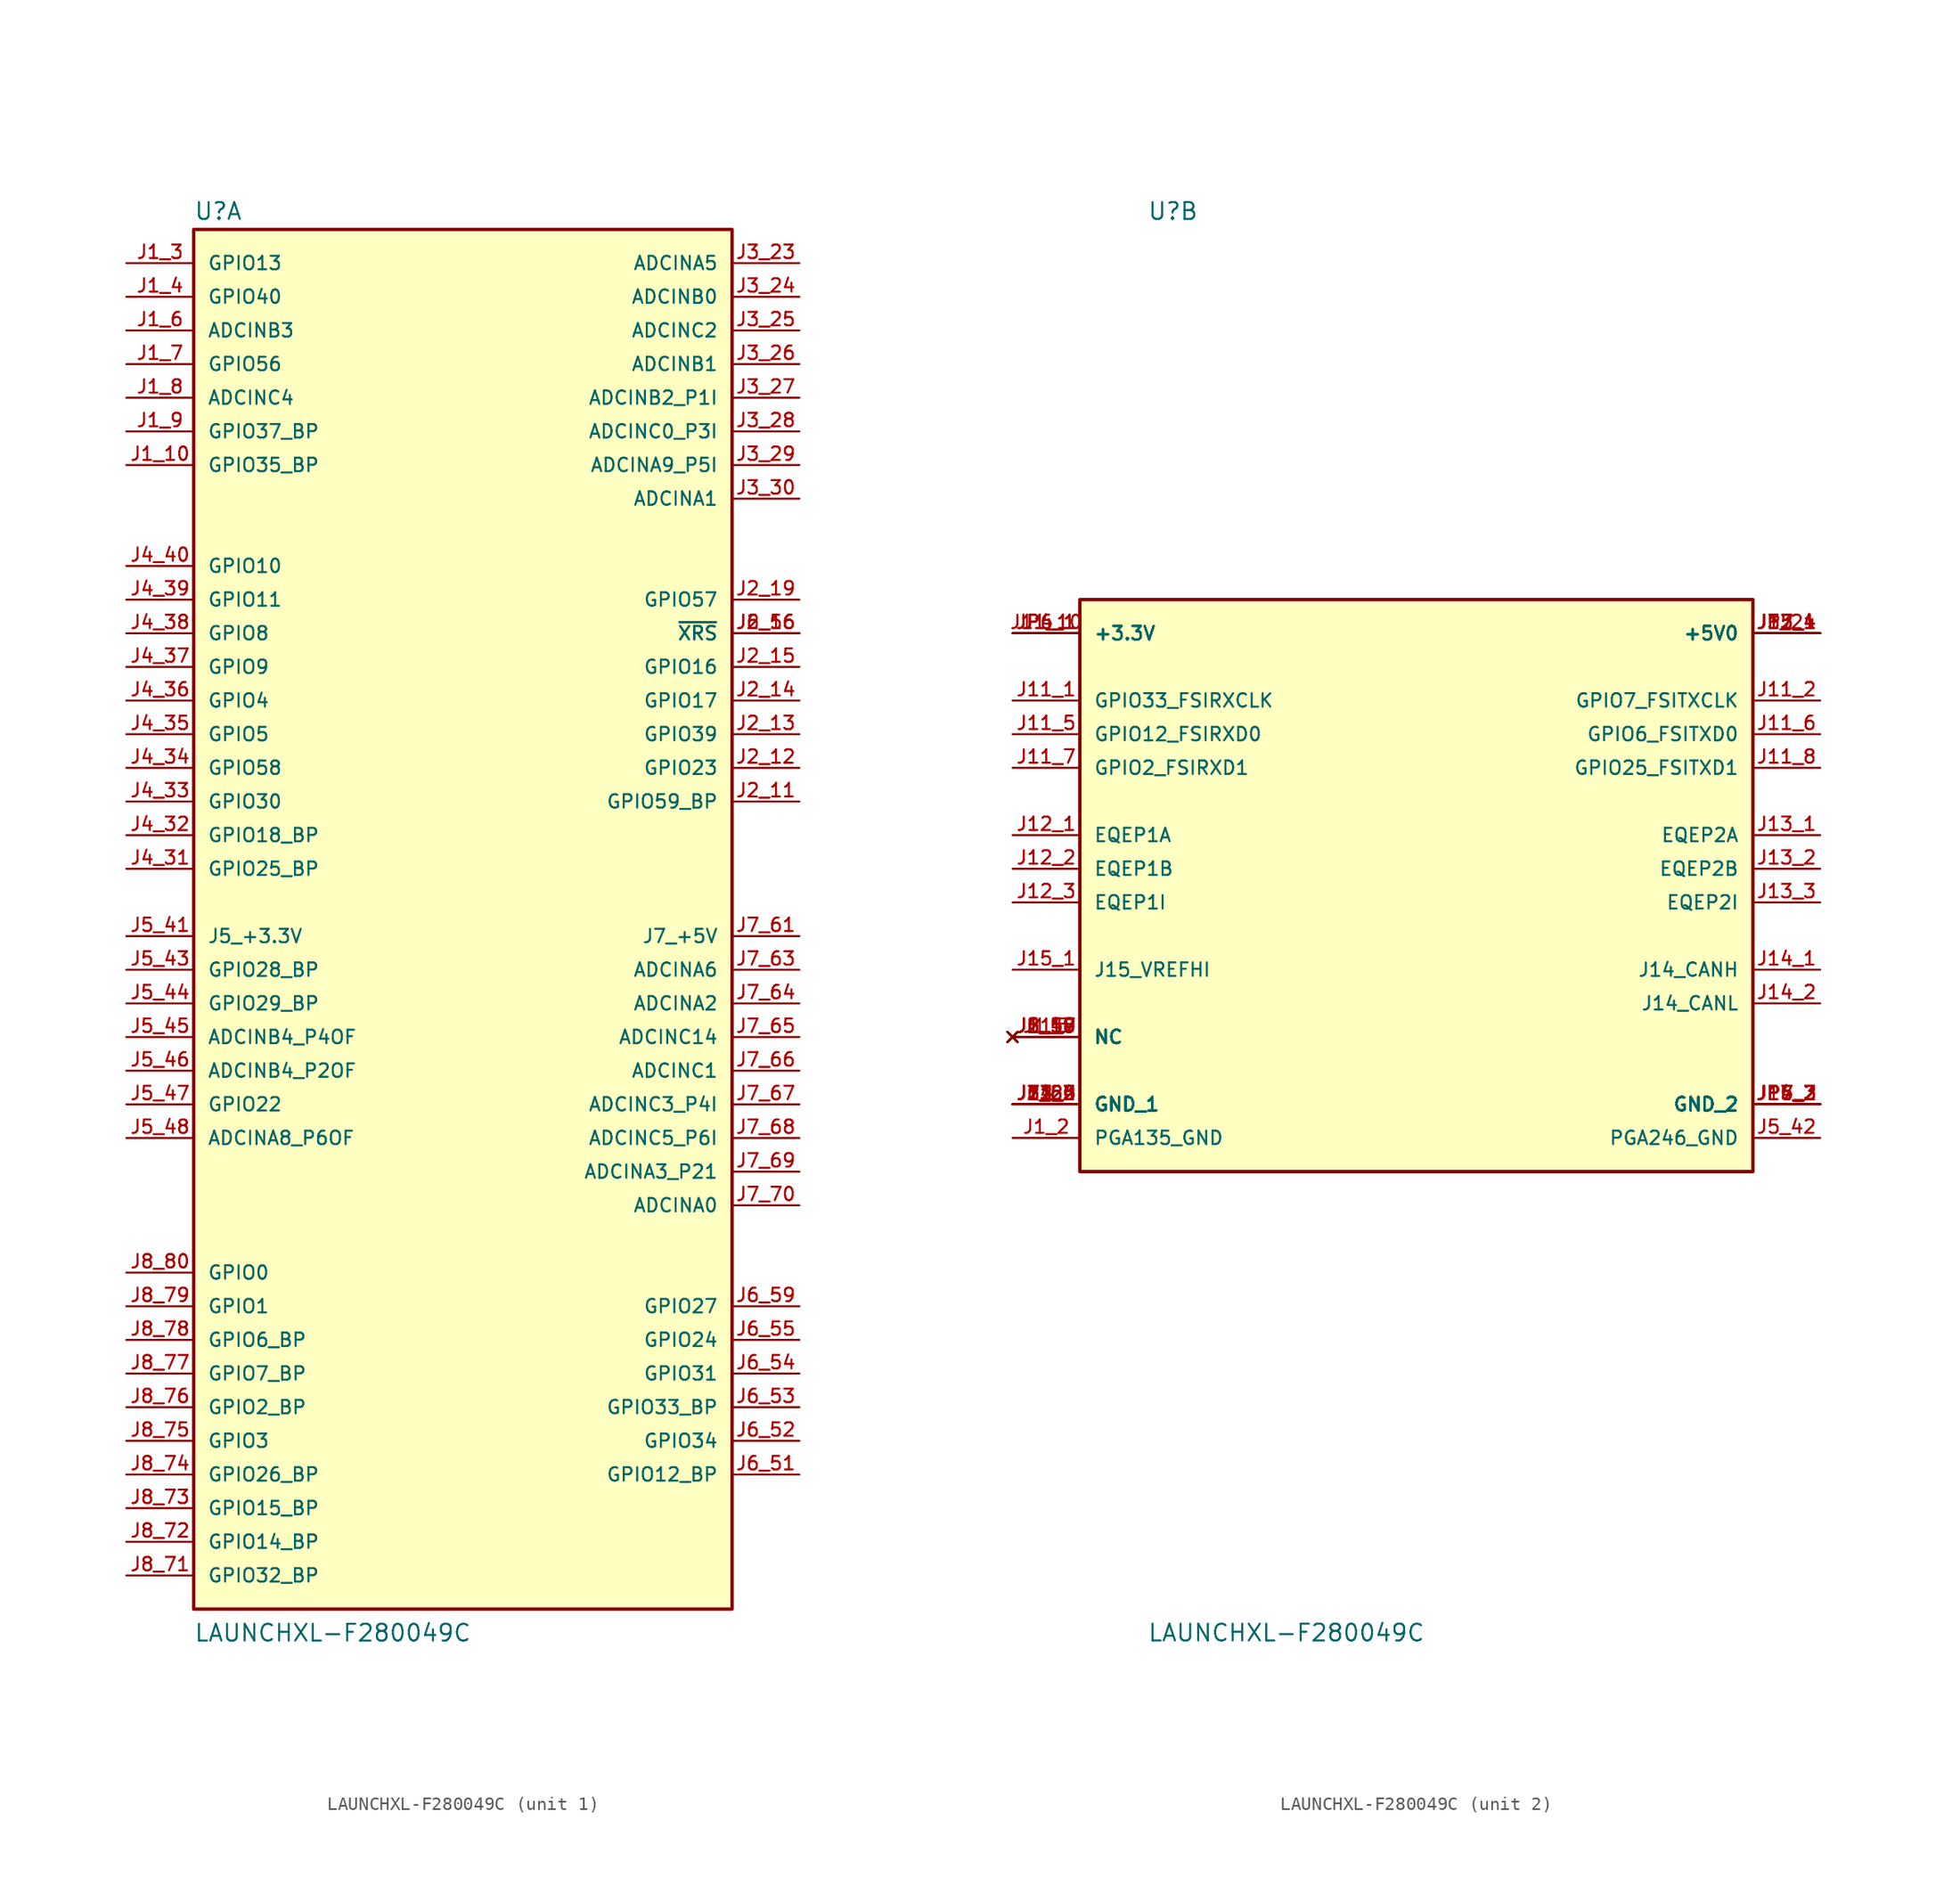
<source format=kicad_sym>
(kicad_symbol_lib
  (version 20211014)
  (generator kicad_symbol_editor)
  (symbol "LAUNCHXL-F280049C"
    (pin_names
      (offset 1.016))
    (property "Reference" "U"
      (at -20.32 51.435 0)
      (effects (font (size 1.27 1.27)) (justify bottom left)))
    (property "Value" "LAUNCHXL-F280049C"
      (at -20.32 -55.88 0)
      (effects (font (size 1.27 1.27)) (justify bottom left)))
    (symbol "LAUNCHXL-F280049C_1_0"
      (rectangle (start -20.32 -53.34) (end 20.32 50.8) (stroke (width 0.254)) (fill (type background)))
      (pin bidirectional line (at -25.4 48.26 0) (length 5.08) (name "GPIO13" (effects (font (size 1.016 1.016)))) (number "J1_3" (effects (font (size 1.016 1.016)))))
      (pin bidirectional line (at -25.4 45.72 0) (length 5.08) (name "GPIO40" (effects (font (size 1.016 1.016)))) (number "J1_4" (effects (font (size 1.016 1.016)))))
      (pin input line (at -25.4 43.18 0) (length 5.08) (name "ADCINB3" (effects (font (size 1.016 1.016)))) (number "J1_6" (effects (font (size 1.016 1.016)))))
      (pin bidirectional line (at -25.4 40.64 0) (length 5.08) (name "GPIO56" (effects (font (size 1.016 1.016)))) (number "J1_7" (effects (font (size 1.016 1.016)))))
      (pin input line (at -25.4 38.1 0) (length 5.08) (name "ADCINC4" (effects (font (size 1.016 1.016)))) (number "J1_8" (effects (font (size 1.016 1.016)))))
      (pin bidirectional line (at -25.4 35.56 0) (length 5.08) (name "GPIO37_BP" (effects (font (size 1.016 1.016)))) (number "J1_9" (effects (font (size 1.016 1.016)))))
      (pin bidirectional line (at -25.4 33.02 0) (length 5.08) (name "GPIO35_BP" (effects (font (size 1.016 1.016)))) (number "J1_10" (effects (font (size 1.016 1.016)))))
      (pin input line (at 25.4 48.26 180.0) (length 5.08) (name "ADCINA5" (effects (font (size 1.016 1.016)))) (number "J3_23" (effects (font (size 1.016 1.016)))))
      (pin input line (at 25.4 45.72 180.0) (length 5.08) (name "ADCINB0" (effects (font (size 1.016 1.016)))) (number "J3_24" (effects (font (size 1.016 1.016)))))
      (pin input line (at 25.4 43.18 180.0) (length 5.08) (name "ADCINC2" (effects (font (size 1.016 1.016)))) (number "J3_25" (effects (font (size 1.016 1.016)))))
      (pin input line (at 25.4 40.64 180.0) (length 5.08) (name "ADCINB1" (effects (font (size 1.016 1.016)))) (number "J3_26" (effects (font (size 1.016 1.016)))))
      (pin input line (at 25.4 38.1 180.0) (length 5.08) (name "ADCINB2_P1I" (effects (font (size 1.016 1.016)))) (number "J3_27" (effects (font (size 1.016 1.016)))))
      (pin input line (at 25.4 35.56 180.0) (length 5.08) (name "ADCINC0_P3I" (effects (font (size 1.016 1.016)))) (number "J3_28" (effects (font (size 1.016 1.016)))))
      (pin input line (at 25.4 33.02 180.0) (length 5.08) (name "ADCINA9_P5I" (effects (font (size 1.016 1.016)))) (number "J3_29" (effects (font (size 1.016 1.016)))))
      (pin input line (at 25.4 30.48 180.0) (length 5.08) (name "ADCINA1" (effects (font (size 1.016 1.016)))) (number "J3_30" (effects (font (size 1.016 1.016)))))
      (pin bidirectional line (at -25.4 25.4 0) (length 5.08) (name "GPIO10" (effects (font (size 1.016 1.016)))) (number "J4_40" (effects (font (size 1.016 1.016)))))
      (pin bidirectional line (at -25.4 22.86 0) (length 5.08) (name "GPIO11" (effects (font (size 1.016 1.016)))) (number "J4_39" (effects (font (size 1.016 1.016)))))
      (pin bidirectional line (at -25.4 20.32 0) (length 5.08) (name "GPIO8" (effects (font (size 1.016 1.016)))) (number "J4_38" (effects (font (size 1.016 1.016)))))
      (pin bidirectional line (at -25.4 17.78 0) (length 5.08) (name "GPIO9" (effects (font (size 1.016 1.016)))) (number "J4_37" (effects (font (size 1.016 1.016)))))
      (pin bidirectional line (at -25.4 15.24 0) (length 5.08) (name "GPIO4" (effects (font (size 1.016 1.016)))) (number "J4_36" (effects (font (size 1.016 1.016)))))
      (pin bidirectional line (at -25.4 12.7 0) (length 5.08) (name "GPIO5" (effects (font (size 1.016 1.016)))) (number "J4_35" (effects (font (size 1.016 1.016)))))
      (pin bidirectional line (at -25.4 10.16 0) (length 5.08) (name "GPIO58" (effects (font (size 1.016 1.016)))) (number "J4_34" (effects (font (size 1.016 1.016)))))
      (pin bidirectional line (at -25.4 7.62 0) (length 5.08) (name "GPIO30" (effects (font (size 1.016 1.016)))) (number "J4_33" (effects (font (size 1.016 1.016)))))
      (pin bidirectional line (at -25.4 5.08 0) (length 5.08) (name "GPIO18_BP" (effects (font (size 1.016 1.016)))) (number "J4_32" (effects (font (size 1.016 1.016)))))
      (pin bidirectional line (at -25.4 2.54 0) (length 5.08) (name "GPIO25_BP" (effects (font (size 1.016 1.016)))) (number "J4_31" (effects (font (size 1.016 1.016)))))
      (pin bidirectional line (at 25.4 22.86 180.0) (length 5.08) (name "GPIO57" (effects (font (size 1.016 1.016)))) (number "J2_19" (effects (font (size 1.016 1.016)))))
      (pin passive line (at 25.4 20.32 180.0) (length 5.08) (name "~{XRS}" (effects (font (size 1.016 1.016)))) (number "J2_16" (effects (font (size 1.016 1.016)))))
      (pin passive line (at 25.4 20.32 180.0) (length 5.08) (name "~{XRS}" (effects (font (size 1.016 1.016)))) (number "J6_56" (effects (font (size 1.016 1.016)))))
      (pin bidirectional line (at 25.4 17.78 180.0) (length 5.08) (name "GPIO16" (effects (font (size 1.016 1.016)))) (number "J2_15" (effects (font (size 1.016 1.016)))))
      (pin bidirectional line (at 25.4 15.24 180.0) (length 5.08) (name "GPIO17" (effects (font (size 1.016 1.016)))) (number "J2_14" (effects (font (size 1.016 1.016)))))
      (pin bidirectional line (at 25.4 12.7 180.0) (length 5.08) (name "GPIO39" (effects (font (size 1.016 1.016)))) (number "J2_13" (effects (font (size 1.016 1.016)))))
      (pin bidirectional line (at 25.4 10.16 180.0) (length 5.08) (name "GPIO23" (effects (font (size 1.016 1.016)))) (number "J2_12" (effects (font (size 1.016 1.016)))))
      (pin bidirectional line (at 25.4 7.62 180.0) (length 5.08) (name "GPIO59_BP" (effects (font (size 1.016 1.016)))) (number "J2_11" (effects (font (size 1.016 1.016)))))
      (pin bidirectional line (at -25.4 -5.08 0) (length 5.08) (name "GPIO28_BP" (effects (font (size 1.016 1.016)))) (number "J5_43" (effects (font (size 1.016 1.016)))))
      (pin bidirectional line (at -25.4 -7.62 0) (length 5.08) (name "GPIO29_BP" (effects (font (size 1.016 1.016)))) (number "J5_44" (effects (font (size 1.016 1.016)))))
      (pin input line (at -25.4 -10.16 0) (length 5.08) (name "ADCINB4_P4OF" (effects (font (size 1.016 1.016)))) (number "J5_45" (effects (font (size 1.016 1.016)))))
      (pin input line (at -25.4 -12.7 0) (length 5.08) (name "ADCINB4_P2OF" (effects (font (size 1.016 1.016)))) (number "J5_46" (effects (font (size 1.016 1.016)))))
      (pin bidirectional line (at -25.4 -15.24 0) (length 5.08) (name "GPIO22" (effects (font (size 1.016 1.016)))) (number "J5_47" (effects (font (size 1.016 1.016)))))
      (pin input line (at -25.4 -17.78 0) (length 5.08) (name "ADCINA8_P6OF" (effects (font (size 1.016 1.016)))) (number "J5_48" (effects (font (size 1.016 1.016)))))
      (pin input line (at 25.4 -5.08 180.0) (length 5.08) (name "ADCINA6" (effects (font (size 1.016 1.016)))) (number "J7_63" (effects (font (size 1.016 1.016)))))
      (pin input line (at 25.4 -7.62 180.0) (length 5.08) (name "ADCINA2" (effects (font (size 1.016 1.016)))) (number "J7_64" (effects (font (size 1.016 1.016)))))
      (pin input line (at 25.4 -10.16 180.0) (length 5.08) (name "ADCINC14" (effects (font (size 1.016 1.016)))) (number "J7_65" (effects (font (size 1.016 1.016)))))
      (pin input line (at 25.4 -12.7 180.0) (length 5.08) (name "ADCINC1" (effects (font (size 1.016 1.016)))) (number "J7_66" (effects (font (size 1.016 1.016)))))
      (pin input line (at 25.4 -15.24 180.0) (length 5.08) (name "ADCINC3_P4I" (effects (font (size 1.016 1.016)))) (number "J7_67" (effects (font (size 1.016 1.016)))))
      (pin input line (at 25.4 -17.78 180.0) (length 5.08) (name "ADCINC5_P6I" (effects (font (size 1.016 1.016)))) (number "J7_68" (effects (font (size 1.016 1.016)))))
      (pin input line (at -25.4 -2.54 0) (length 5.08) (name "J5_+3.3V" (effects (font (size 1.016 1.016)))) (number "J5_41" (effects (font (size 1.016 1.016)))))
      (pin input line (at 25.4 -2.54 180.0) (length 5.08) (name "J7_+5V" (effects (font (size 1.016 1.016)))) (number "J7_61" (effects (font (size 1.016 1.016)))))
      (pin input line (at 25.4 -20.32 180.0) (length 5.08) (name "ADCINA3_P21" (effects (font (size 1.016 1.016)))) (number "J7_69" (effects (font (size 1.016 1.016)))))
      (pin input line (at 25.4 -22.86 180.0) (length 5.08) (name "ADCINA0" (effects (font (size 1.016 1.016)))) (number "J7_70" (effects (font (size 1.016 1.016)))))
      (pin bidirectional line (at -25.4 -33.02 0) (length 5.08) (name "GPIO6_BP" (effects (font (size 1.016 1.016)))) (number "J8_78" (effects (font (size 1.016 1.016)))))
      (pin bidirectional line (at -25.4 -35.56 0) (length 5.08) (name "GPIO7_BP" (effects (font (size 1.016 1.016)))) (number "J8_77" (effects (font (size 1.016 1.016)))))
      (pin bidirectional line (at -25.4 -38.1 0) (length 5.08) (name "GPIO2_BP" (effects (font (size 1.016 1.016)))) (number "J8_76" (effects (font (size 1.016 1.016)))))
      (pin bidirectional line (at -25.4 -40.64 0) (length 5.08) (name "GPIO3" (effects (font (size 1.016 1.016)))) (number "J8_75" (effects (font (size 1.016 1.016)))))
      (pin bidirectional line (at -25.4 -43.18 0) (length 5.08) (name "GPIO26_BP" (effects (font (size 1.016 1.016)))) (number "J8_74" (effects (font (size 1.016 1.016)))))
      (pin bidirectional line (at -25.4 -30.48 0) (length 5.08) (name "GPIO1" (effects (font (size 1.016 1.016)))) (number "J8_79" (effects (font (size 1.016 1.016)))))
      (pin bidirectional line (at -25.4 -48.26 0) (length 5.08) (name "GPIO14_BP" (effects (font (size 1.016 1.016)))) (number "J8_72" (effects (font (size 1.016 1.016)))))
      (pin bidirectional line (at -25.4 -27.94 0) (length 5.08) (name "GPIO0" (effects (font (size 1.016 1.016)))) (number "J8_80" (effects (font (size 1.016 1.016)))))
      (pin bidirectional line (at -25.4 -45.72 0) (length 5.08) (name "GPIO15_BP" (effects (font (size 1.016 1.016)))) (number "J8_73" (effects (font (size 1.016 1.016)))))
      (pin bidirectional line (at -25.4 -50.8 0) (length 5.08) (name "GPIO32_BP" (effects (font (size 1.016 1.016)))) (number "J8_71" (effects (font (size 1.016 1.016)))))
      (pin bidirectional line (at 25.4 -33.02 180.0) (length 5.08) (name "GPIO24" (effects (font (size 1.016 1.016)))) (number "J6_55" (effects (font (size 1.016 1.016)))))
      (pin bidirectional line (at 25.4 -35.56 180.0) (length 5.08) (name "GPIO31" (effects (font (size 1.016 1.016)))) (number "J6_54" (effects (font (size 1.016 1.016)))))
      (pin bidirectional line (at 25.4 -38.1 180.0) (length 5.08) (name "GPIO33_BP" (effects (font (size 1.016 1.016)))) (number "J6_53" (effects (font (size 1.016 1.016)))))
      (pin bidirectional line (at 25.4 -30.48 180.0) (length 5.08) (name "GPIO27" (effects (font (size 1.016 1.016)))) (number "J6_59" (effects (font (size 1.016 1.016)))))
      (pin bidirectional line (at 25.4 -40.64 180.0) (length 5.08) (name "GPIO34" (effects (font (size 1.016 1.016)))) (number "J6_52" (effects (font (size 1.016 1.016)))))
      (pin bidirectional line (at 25.4 -43.18 180.0) (length 5.08) (name "GPIO12_BP" (effects (font (size 1.016 1.016)))) (number "J6_51" (effects (font (size 1.016 1.016))))))
    (symbol "LAUNCHXL-F280049C_2_0"
      (rectangle (start -25.4 -20.32) (end 25.4 22.86) (stroke (width 0.254)) (fill (type background)))
      (pin power_in line (at -30.48 20.32 0) (length 5.08) (name "+3.3V" (effects (font (size 1.016 1.016)))) (number "J1_1" (effects (font (size 1.016 1.016)))))
      (pin power_in line (at -30.48 20.32 0) (length 5.08) (name "+3.3V" (effects (font (size 1.016 1.016)))) (number "J11_10" (effects (font (size 1.016 1.016)))))
      (pin power_in line (at -30.48 20.32 0) (length 5.08) (name "+3.3V" (effects (font (size 1.016 1.016)))) (number "JP4_1" (effects (font (size 1.016 1.016)))))
      (pin power_in line (at -30.48 20.32 0) (length 5.08) (name "+3.3V" (effects (font (size 1.016 1.016)))) (number "JP6_1" (effects (font (size 1.016 1.016)))))
      (pin power_in line (at -30.48 -17.78 0) (length 5.08) (name "PGA135_GND" (effects (font (size 1.016 1.016)))) (number "J1_2" (effects (font (size 1.016 1.016)))))
      (pin power_in line (at 30.48 20.32 180.0) (length 5.08) (name "+5V0" (effects (font (size 1.016 1.016)))) (number "J3_21" (effects (font (size 1.016 1.016)))))
      (pin power_in line (at 30.48 20.32 180.0) (length 5.08) (name "+5V0" (effects (font (size 1.016 1.016)))) (number "J12_4" (effects (font (size 1.016 1.016)))))
      (pin power_in line (at 30.48 20.32 180.0) (length 5.08) (name "+5V0" (effects (font (size 1.016 1.016)))) (number "J13_4" (effects (font (size 1.016 1.016)))))
      (pin power_in line (at 30.48 20.32 180.0) (length 5.08) (name "+5V0" (effects (font (size 1.016 1.016)))) (number "JP5_1" (effects (font (size 1.016 1.016)))))
      (pin power_in line (at 30.48 20.32 180.0) (length 5.08) (name "+5V0" (effects (font (size 1.016 1.016)))) (number "JP7_1" (effects (font (size 1.016 1.016)))))
      (pin power_in line (at -30.48 -15.24 0) (length 5.08) (name "GND_1" (effects (font (size 1.016 1.016)))) (number "J2_20" (effects (font (size 1.016 1.016)))))
      (pin power_in line (at -30.48 -15.24 0) (length 5.08) (name "GND_1" (effects (font (size 1.016 1.016)))) (number "J3_22" (effects (font (size 1.016 1.016)))))
      (pin power_in line (at -30.48 -15.24 0) (length 5.08) (name "GND_1" (effects (font (size 1.016 1.016)))) (number "J6_60" (effects (font (size 1.016 1.016)))))
      (pin power_in line (at -30.48 -15.24 0) (length 5.08) (name "GND_1" (effects (font (size 1.016 1.016)))) (number "J7_62" (effects (font (size 1.016 1.016)))))
      (pin power_in line (at -30.48 -15.24 0) (length 5.08) (name "GND_1" (effects (font (size 1.016 1.016)))) (number "J11_3" (effects (font (size 1.016 1.016)))))
      (pin power_in line (at -30.48 -15.24 0) (length 5.08) (name "GND_1" (effects (font (size 1.016 1.016)))) (number "J11_4" (effects (font (size 1.016 1.016)))))
      (pin power_in line (at -30.48 -15.24 0) (length 5.08) (name "GND_1" (effects (font (size 1.016 1.016)))) (number "J12_5" (effects (font (size 1.016 1.016)))))
      (pin power_in line (at -30.48 -15.24 0) (length 5.08) (name "GND_1" (effects (font (size 1.016 1.016)))) (number "J13_5" (effects (font (size 1.016 1.016)))))
      (pin power_in line (at -30.48 -15.24 0) (length 5.08) (name "GND_1" (effects (font (size 1.016 1.016)))) (number "J14_3" (effects (font (size 1.016 1.016)))))
      (pin power_in line (at 30.48 -17.78 180.0) (length 5.08) (name "PGA246_GND" (effects (font (size 1.016 1.016)))) (number "J5_42" (effects (font (size 1.016 1.016)))))
      (pin no_connect line (at -30.48 -10.16 0) (length 5.08) (name "NC" (effects (font (size 1.016 1.016)))) (number "J1_5" (effects (font (size 1.016 1.016)))))
      (pin no_connect line (at -30.48 -10.16 0) (length 5.08) (name "NC" (effects (font (size 1.016 1.016)))) (number "J2_17" (effects (font (size 1.016 1.016)))))
      (pin no_connect line (at -30.48 -10.16 0) (length 5.08) (name "NC" (effects (font (size 1.016 1.016)))) (number "J2_18" (effects (font (size 1.016 1.016)))))
      (pin no_connect line (at -30.48 -10.16 0) (length 5.08) (name "NC" (effects (font (size 1.016 1.016)))) (number "J5_49" (effects (font (size 1.016 1.016)))))
      (pin no_connect line (at -30.48 -10.16 0) (length 5.08) (name "NC" (effects (font (size 1.016 1.016)))) (number "J5_50" (effects (font (size 1.016 1.016)))))
      (pin no_connect line (at -30.48 -10.16 0) (length 5.08) (name "NC" (effects (font (size 1.016 1.016)))) (number "J6_57" (effects (font (size 1.016 1.016)))))
      (pin no_connect line (at -30.48 -10.16 0) (length 5.08) (name "NC" (effects (font (size 1.016 1.016)))) (number "J6_58" (effects (font (size 1.016 1.016)))))
      (pin no_connect line (at -30.48 -10.16 0) (length 5.08) (name "NC" (effects (font (size 1.016 1.016)))) (number "J11_9" (effects (font (size 1.016 1.016)))))
      (pin bidirectional line (at -30.48 15.24 0) (length 5.08) (name "GPIO33_FSIRXCLK" (effects (font (size 1.016 1.016)))) (number "J11_1" (effects (font (size 1.016 1.016)))))
      (pin bidirectional line (at -30.48 12.7 0) (length 5.08) (name "GPIO12_FSIRXD0" (effects (font (size 1.016 1.016)))) (number "J11_5" (effects (font (size 1.016 1.016)))))
      (pin bidirectional line (at -30.48 10.16 0) (length 5.08) (name "GPIO2_FSIRXD1" (effects (font (size 1.016 1.016)))) (number "J11_7" (effects (font (size 1.016 1.016)))))
      (pin bidirectional line (at 30.48 15.24 180.0) (length 5.08) (name "GPIO7_FSITXCLK" (effects (font (size 1.016 1.016)))) (number "J11_2" (effects (font (size 1.016 1.016)))))
      (pin bidirectional line (at 30.48 12.7 180.0) (length 5.08) (name "GPIO6_FSITXD0" (effects (font (size 1.016 1.016)))) (number "J11_6" (effects (font (size 1.016 1.016)))))
      (pin bidirectional line (at 30.48 10.16 180.0) (length 5.08) (name "GPIO25_FSITXD1" (effects (font (size 1.016 1.016)))) (number "J11_8" (effects (font (size 1.016 1.016)))))
      (pin passive line (at -30.48 5.08 0) (length 5.08) (name "EQEP1A" (effects (font (size 1.016 1.016)))) (number "J12_1" (effects (font (size 1.016 1.016)))))
      (pin passive line (at -30.48 2.54 0) (length 5.08) (name "EQEP1B" (effects (font (size 1.016 1.016)))) (number "J12_2" (effects (font (size 1.016 1.016)))))
      (pin passive line (at -30.48 0.0 0) (length 5.08) (name "EQEP1I" (effects (font (size 1.016 1.016)))) (number "J12_3" (effects (font (size 1.016 1.016)))))
      (pin passive line (at 30.48 5.08 180.0) (length 5.08) (name "EQEP2A" (effects (font (size 1.016 1.016)))) (number "J13_1" (effects (font (size 1.016 1.016)))))
      (pin passive line (at 30.48 2.54 180.0) (length 5.08) (name "EQEP2B" (effects (font (size 1.016 1.016)))) (number "J13_2" (effects (font (size 1.016 1.016)))))
      (pin passive line (at 30.48 0.0 180.0) (length 5.08) (name "EQEP2I" (effects (font (size 1.016 1.016)))) (number "J13_3" (effects (font (size 1.016 1.016)))))
      (pin bidirectional line (at 30.48 -5.08 180.0) (length 5.08) (name "J14_CANH" (effects (font (size 1.016 1.016)))) (number "J14_1" (effects (font (size 1.016 1.016)))))
      (pin bidirectional line (at 30.48 -7.62 180.0) (length 5.08) (name "J14_CANL" (effects (font (size 1.016 1.016)))) (number "J14_2" (effects (font (size 1.016 1.016)))))
      (pin input line (at -30.48 -5.08 0) (length 5.08) (name "J15_VREFHI" (effects (font (size 1.016 1.016)))) (number "J15_1" (effects (font (size 1.016 1.016)))))
      (pin power_in line (at 30.48 -15.24 180.0) (length 5.08) (name "GND_2" (effects (font (size 1.016 1.016)))) (number "J15_2" (effects (font (size 1.016 1.016)))))
      (pin power_in line (at 30.48 -15.24 180.0) (length 5.08) (name "GND_2" (effects (font (size 1.016 1.016)))) (number "JP4_2" (effects (font (size 1.016 1.016)))))
      (pin power_in line (at 30.48 -15.24 180.0) (length 5.08) (name "GND_2" (effects (font (size 1.016 1.016)))) (number "JP4_3" (effects (font (size 1.016 1.016)))))
      (pin power_in line (at 30.48 -15.24 180.0) (length 5.08) (name "GND_2" (effects (font (size 1.016 1.016)))) (number "JP5_2" (effects (font (size 1.016 1.016)))))
      (pin power_in line (at 30.48 -15.24 180.0) (length 5.08) (name "GND_2" (effects (font (size 1.016 1.016)))) (number "JP5_3" (effects (font (size 1.016 1.016)))))
      (pin power_in line (at 30.48 -15.24 180.0) (length 5.08) (name "GND_2" (effects (font (size 1.016 1.016)))) (number "JP6_2" (effects (font (size 1.016 1.016)))))
      (pin power_in line (at 30.48 -15.24 180.0) (length 5.08) (name "GND_2" (effects (font (size 1.016 1.016)))) (number "JP6_3" (effects (font (size 1.016 1.016)))))
      (pin power_in line (at 30.48 -15.24 180.0) (length 5.08) (name "GND_2" (effects (font (size 1.016 1.016)))) (number "JP7_2" (effects (font (size 1.016 1.016)))))
      (pin power_in line (at 30.48 -15.24 180.0) (length 5.08) (name "GND_2" (effects (font (size 1.016 1.016)))) (number "JP7_3" (effects (font (size 1.016 1.016))))))))
</source>
